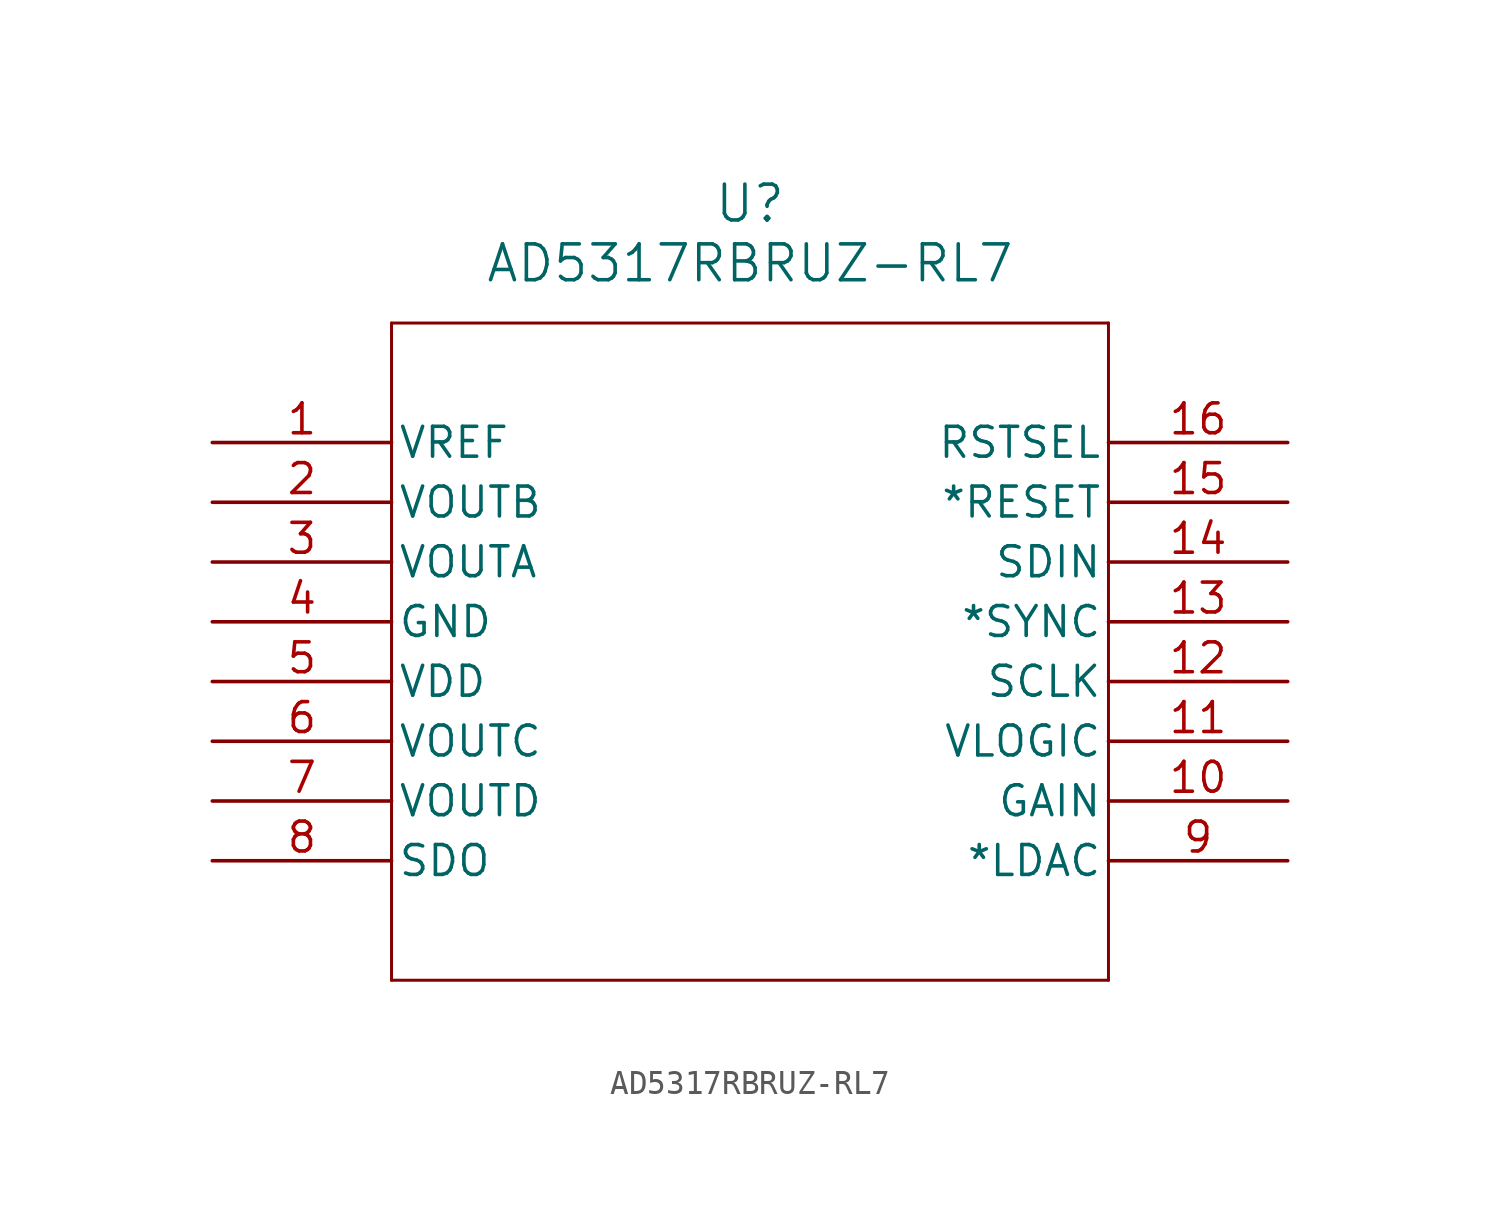
<source format=kicad_sym>
(kicad_symbol_lib
  (version 20211014)
  (generator kicad_symbol_editor)
  (symbol "AD5317RBRUZ-RL7"
    (pin_names
      (offset 0.254))
    (property "Reference" "U"
      (at 22.86 10.16 0)
      (effects (font (size 1.524 1.524))))
    (property "Value" "AD5317RBRUZ-RL7"
      (at 22.86 7.62 0)
      (effects (font (size 1.524 1.524))))
    (symbol "AD5317RBRUZ-RL7_0_1"
      (polyline (pts (xy 7.62 5.08) (xy 7.62 -22.86)) (stroke (width 0.127) (type default) (color 0 0 0 0)) (fill (type none)))
      (polyline (pts (xy 7.62 -22.86) (xy 38.1 -22.86)) (stroke (width 0.127) (type default) (color 0 0 0 0)) (fill (type none)))
      (polyline (pts (xy 38.1 -22.86) (xy 38.1 5.08)) (stroke (width 0.127) (type default) (color 0 0 0 0)) (fill (type none)))
      (polyline (pts (xy 38.1 5.08) (xy 7.62 5.08)) (stroke (width 0.127) (type default) (color 0 0 0 0)) (fill (type none)))
      (pin power_in line (at 0 0 0) (length 7.62) (name "VREF" (effects (font (size 1.27 1.27)))) (number "1" (effects (font (size 1.27 1.27)))))
      (pin output line (at 0 -2.54 0) (length 7.62) (name "VOUTB" (effects (font (size 1.27 1.27)))) (number "2" (effects (font (size 1.27 1.27)))))
      (pin output line (at 0 -5.08 0) (length 7.62) (name "VOUTA" (effects (font (size 1.27 1.27)))) (number "3" (effects (font (size 1.27 1.27)))))
      (pin power_out line (at 0 -7.62 0) (length 7.62) (name "GND" (effects (font (size 1.27 1.27)))) (number "4" (effects (font (size 1.27 1.27)))))
      (pin power_in line (at 0 -10.16 0) (length 7.62) (name "VDD" (effects (font (size 1.27 1.27)))) (number "5" (effects (font (size 1.27 1.27)))))
      (pin output line (at 0 -12.7 0) (length 7.62) (name "VOUTC" (effects (font (size 1.27 1.27)))) (number "6" (effects (font (size 1.27 1.27)))))
      (pin output line (at 0 -15.24 0) (length 7.62) (name "VOUTD" (effects (font (size 1.27 1.27)))) (number "7" (effects (font (size 1.27 1.27)))))
      (pin output line (at 0 -17.78 0) (length 7.62) (name "SDO" (effects (font (size 1.27 1.27)))) (number "8" (effects (font (size 1.27 1.27)))))
      (pin unspecified line (at 45.72 -17.78 180) (length 7.62) (name "*LDAC" (effects (font (size 1.27 1.27)))) (number "9" (effects (font (size 1.27 1.27)))))
      (pin unspecified line (at 45.72 -15.24 180) (length 7.62) (name "GAIN" (effects (font (size 1.27 1.27)))) (number "10" (effects (font (size 1.27 1.27)))))
      (pin power_in line (at 45.72 -12.7 180) (length 7.62) (name "VLOGIC" (effects (font (size 1.27 1.27)))) (number "11" (effects (font (size 1.27 1.27)))))
      (pin input line (at 45.72 -10.16 180) (length 7.62) (name "SCLK" (effects (font (size 1.27 1.27)))) (number "12" (effects (font (size 1.27 1.27)))))
      (pin input line (at 45.72 -7.62 180) (length 7.62) (name "*SYNC" (effects (font (size 1.27 1.27)))) (number "13" (effects (font (size 1.27 1.27)))))
      (pin input line (at 45.72 -5.08 180) (length 7.62) (name "SDIN" (effects (font (size 1.27 1.27)))) (number "14" (effects (font (size 1.27 1.27)))))
      (pin input line (at 45.72 -2.54 180) (length 7.62) (name "*RESET" (effects (font (size 1.27 1.27)))) (number "15" (effects (font (size 1.27 1.27)))))
      (pin unspecified line (at 45.72 0 180) (length 7.62) (name "RSTSEL" (effects (font (size 1.27 1.27)))) (number "16" (effects (font (size 1.27 1.27))))))))
</source>
